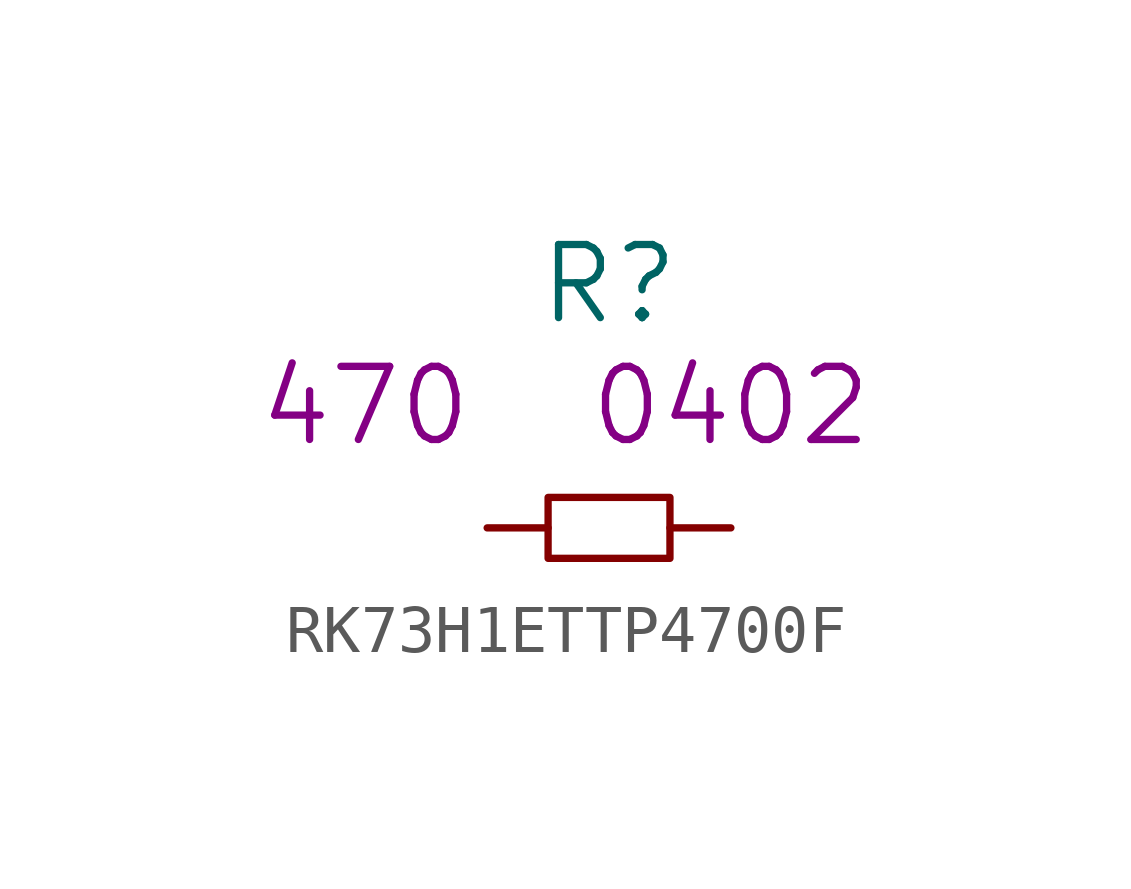
<source format=kicad_sym>
(kicad_symbol_lib
  (version 20220914)
  (generator kicad_symbol_editor)
  (symbol "RK73H1ETTP4700F"
    (pin_numbers hide)
    (pin_names
      (offset 1.016) hide)
    (property "Reference" "R"
      (at 0 5.08 0)
      (effects (font (size 1.524 1.524))))
    (property "Datasheet" ""
      (at 0 5.08 0)
      (effects (font (size 1.524 1.524))))
    (property "Value2" "470"
      (at -5.08 2.54 0)
      (effects (font (size 1.524 1.524))))
    (property "Size" "0402"
      (at 2.54 2.54 0)
      (effects (font (size 1.524 1.524))))
    (symbol "RK73H1ETTP4700F_0_1"
      (rectangle (start -1.27 0.635) (end 1.27 -0.635) (stroke (width 0) (type solid)) (fill (type none))))
    (symbol "RK73H1ETTP4700F_1_1"
      (pin passive line (at -2.54 0 0) (length 1.27) (name "1" (effects (font (size 1.27 1.27)))) (number "1" (effects (font (size 1.27 1.27)))))
      (pin passive line (at 2.54 0 180) (length 1.27) (name "2" (effects (font (size 1.27 1.27)))) (number "2" (effects (font (size 1.27 1.27))))))))
</source>
